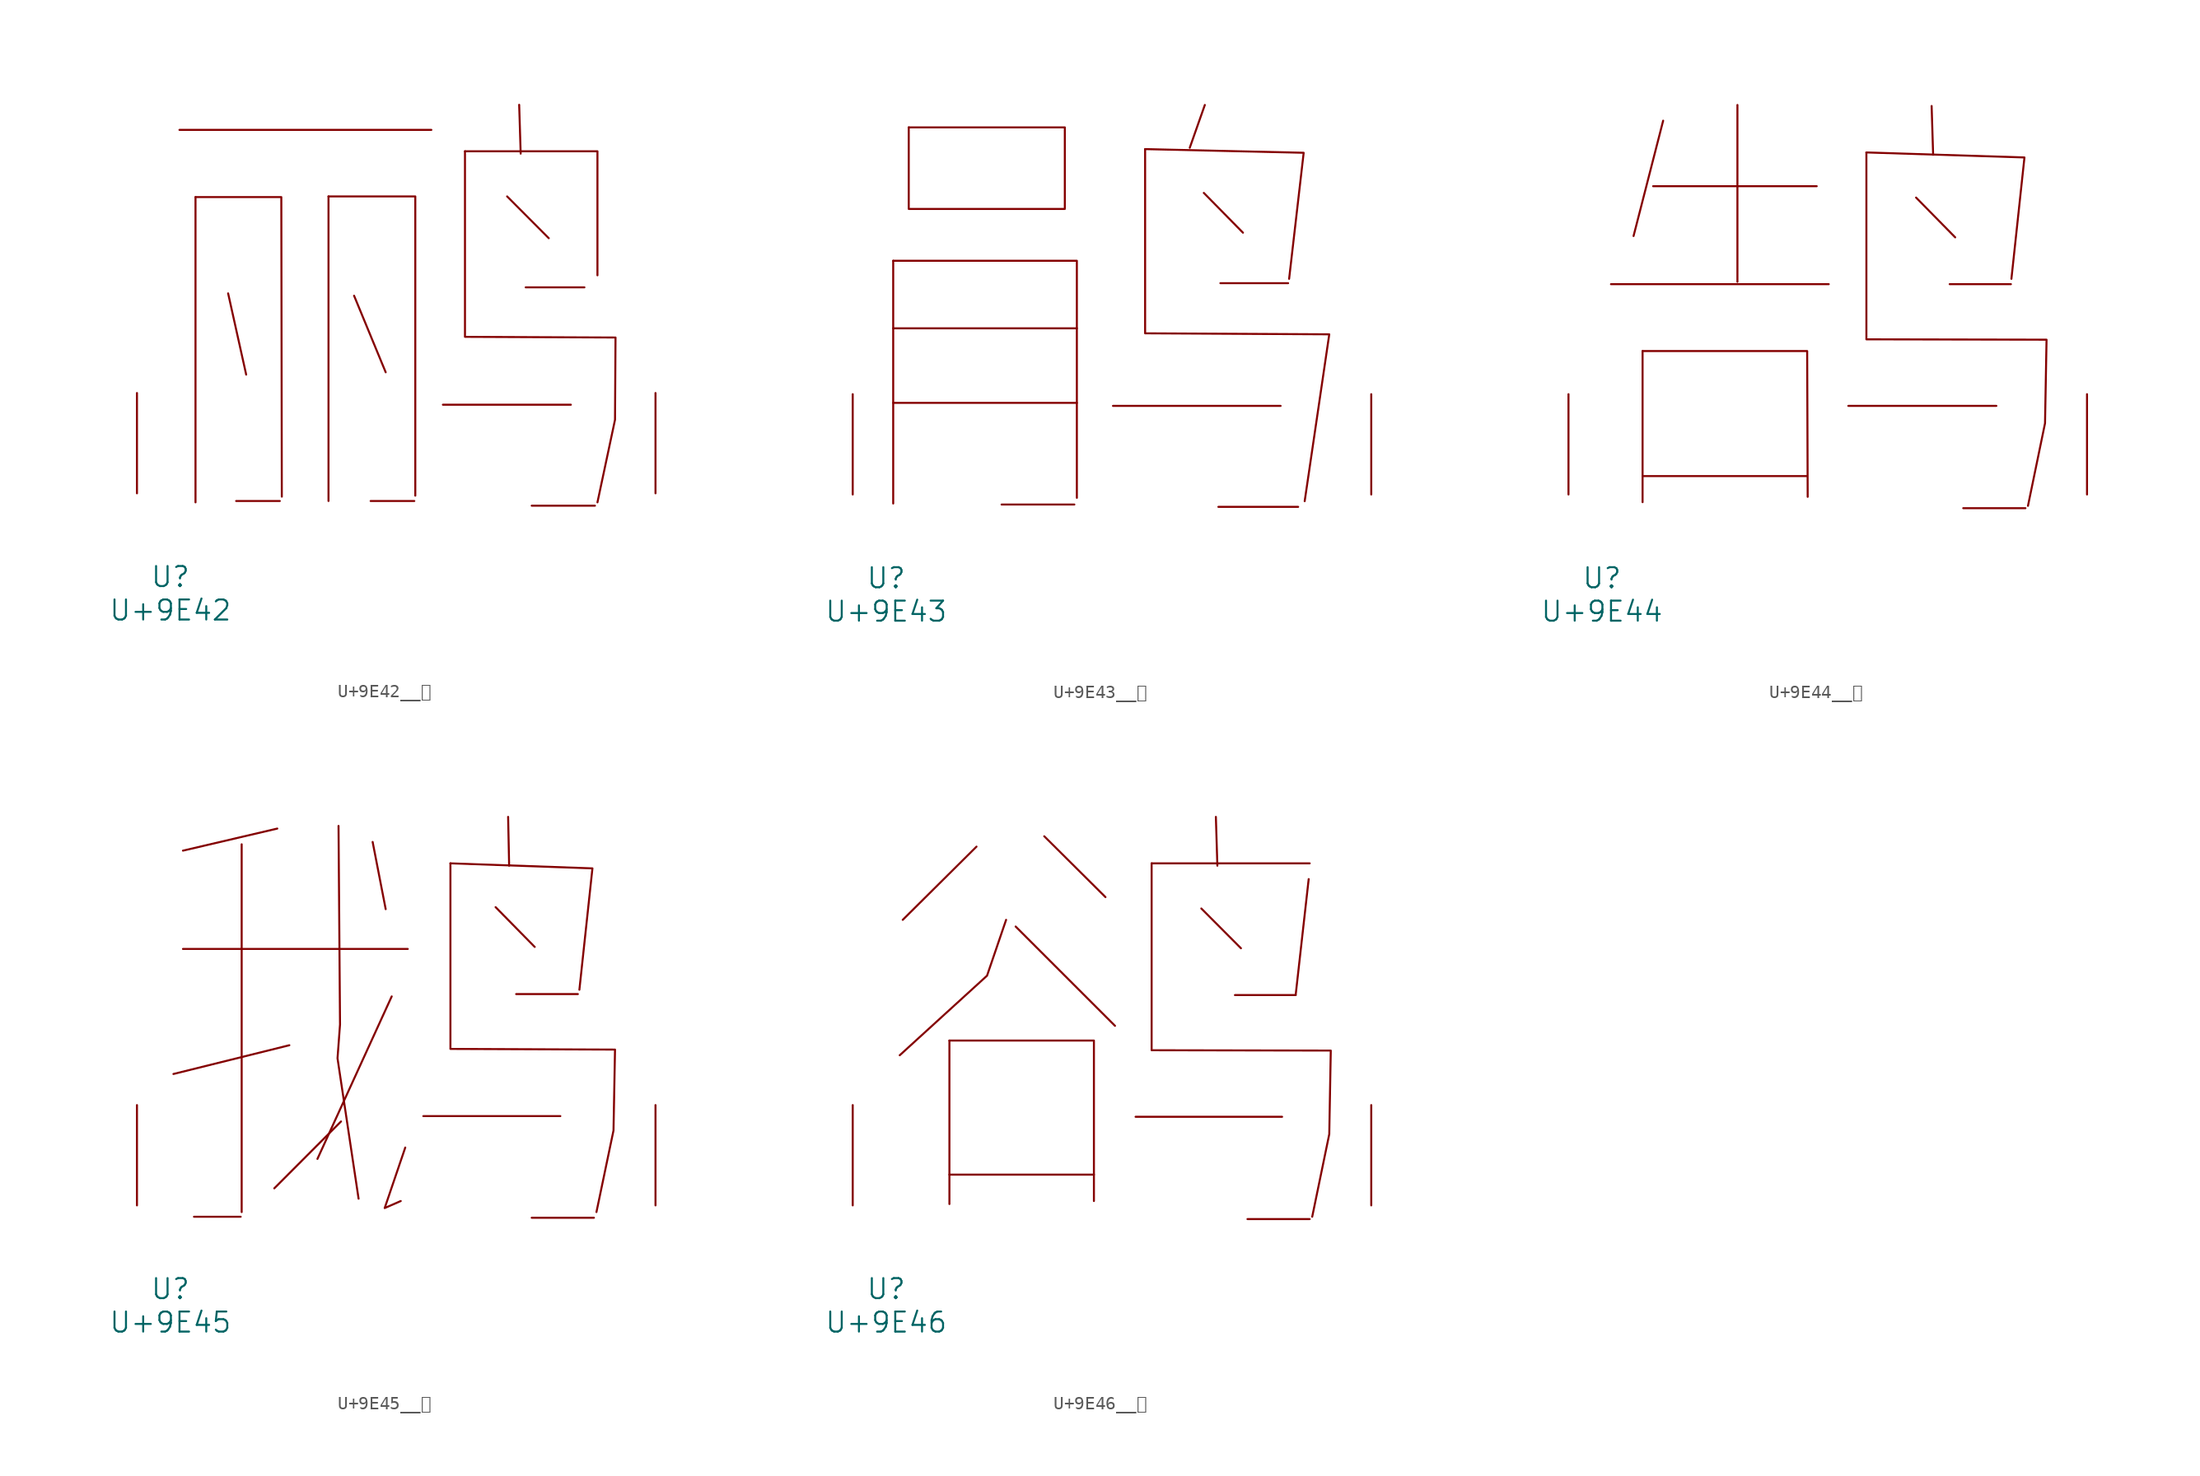
<source format=kicad_sym>
(kicad_symbol_lib
  (version 20231120)
  (generator "kicad_symbol_editor")
  (generator_version "8.0")
  (symbol "U+9E42__鹂"
    (pin_names
      (offset 1.016))
    (property "Reference" "U"
      (at 0 -6.35 0)
      (effects (font (size 1.524 1.524))))
    (property "Value" "U+9E42"
      (at 0 -8.89 0)
      (effects (font (size 1.524 1.524))))
    (symbol "U+9E42__鹂_0_1"
      (polyline (pts (xy 0.686 27.61) (xy 19.812 27.61)) (stroke (width 0) (type solid)) (fill (type none)))
      (polyline (pts (xy 1.905 22.504) (xy 1.905 -0.686)) (stroke (width 0) (type solid)) (fill (type none)))
      (polyline (pts (xy 4.381 15.189) (xy 5.753 9.017)) (stroke (width 0) (type solid)) (fill (type none)))
      (polyline (pts (xy 4.991 -0.584) (xy 8.306 -0.584)) (stroke (width 0) (type solid)) (fill (type none)))
      (polyline (pts (xy 12.002 22.555) (xy 12.002 -0.584)) (stroke (width 0) (type solid)) (fill (type none)))
      (polyline (pts (xy 13.945 15.011) (xy 16.345 9.195)) (stroke (width 0) (type solid)) (fill (type none)))
      (polyline (pts (xy 15.202 -0.584) (xy 18.517 -0.584)) (stroke (width 0) (type solid)) (fill (type none)))
      (polyline (pts (xy 20.688 6.731) (xy 30.404 6.731)) (stroke (width 0) (type solid)) (fill (type none)))
      (polyline (pts (xy 25.565 22.555) (xy 28.727 19.38)) (stroke (width 0) (type solid)) (fill (type none)))
      (polyline (pts (xy 26.48 29.515) (xy 26.594 25.806)) (stroke (width 0) (type solid)) (fill (type none)))
      (polyline (pts (xy 26.975 15.646) (xy 31.433 15.646)) (stroke (width 0) (type solid)) (fill (type none)))
      (polyline (pts (xy 27.432 -0.94) (xy 32.233 -0.94)) (stroke (width 0) (type solid)) (fill (type none)))
      (polyline (pts (xy 1.905 22.504) (xy 8.42 22.504) (xy 8.458 -0.254)) (stroke (width 0) (type solid)) (fill (type none)))
      (polyline (pts (xy 12.002 22.555) (xy 18.593 22.555) (xy 18.593 -0.178)) (stroke (width 0) (type solid)) (fill (type none)))
      (polyline (pts (xy 22.365 25.984) (xy 32.423 25.984) (xy 32.423 16.561)) (stroke (width 0) (type solid)) (fill (type none)))
      (polyline (pts (xy 22.365 25.984) (xy 22.365 11.887) (xy 33.795 11.836) (xy 33.757 5.588) (xy 32.423 -0.686)) (stroke (width 0) (type solid)) (fill (type none)))
      (pin input line (at -2.54 0 90) (length 7.62) (name "~" (effects (font (size 1.27 1.27)))) (number "~" (effects (font (size 1.27 1.27)))))
      (pin input line (at 36.83 0 90) (length 7.62) (name "~" (effects (font (size 1.27 1.27)))) (number "~" (effects (font (size 1.27 1.27)))))))
  (symbol "U+9E43__鹃"
    (pin_names
      (offset 1.016))
    (property "Reference" "U"
      (at 0 -6.35 0)
      (effects (font (size 1.524 1.524))))
    (property "Value" "U+9E43"
      (at 0 -8.89 0)
      (effects (font (size 1.524 1.524))))
    (symbol "U+9E43__鹃_0_1"
      (polyline (pts (xy 0.533 6.96) (xy 14.478 6.96)) (stroke (width 0) (type solid)) (fill (type none)))
      (polyline (pts (xy 0.533 12.624) (xy 14.478 12.624)) (stroke (width 0) (type solid)) (fill (type none)))
      (polyline (pts (xy 0.533 17.755) (xy 0.533 -0.686)) (stroke (width 0) (type solid)) (fill (type none)))
      (polyline (pts (xy 1.714 21.692) (xy 13.564 21.692)) (stroke (width 0) (type solid)) (fill (type none)))
      (polyline (pts (xy 1.714 27.889) (xy 1.714 21.768)) (stroke (width 0) (type solid)) (fill (type none)))
      (polyline (pts (xy 8.763 -0.762) (xy 14.287 -0.762)) (stroke (width 0) (type solid)) (fill (type none)))
      (polyline (pts (xy 17.221 6.731) (xy 29.947 6.731)) (stroke (width 0) (type solid)) (fill (type none)))
      (polyline (pts (xy 24.117 22.911) (xy 27.089 19.888)) (stroke (width 0) (type solid)) (fill (type none)))
      (polyline (pts (xy 24.194 29.591) (xy 23.05 26.34)) (stroke (width 0) (type solid)) (fill (type none)))
      (polyline (pts (xy 25.222 -0.94) (xy 31.28 -0.94)) (stroke (width 0) (type solid)) (fill (type none)))
      (polyline (pts (xy 25.375 16.053) (xy 30.518 16.053)) (stroke (width 0) (type solid)) (fill (type none)))
      (polyline (pts (xy 0.533 17.755) (xy 14.478 17.755) (xy 14.478 -0.254)) (stroke (width 0) (type solid)) (fill (type none)))
      (polyline (pts (xy 1.714 27.889) (xy 13.564 27.889) (xy 13.564 21.768)) (stroke (width 0) (type solid)) (fill (type none)))
      (polyline (pts (xy 19.66 26.238) (xy 31.699 25.959) (xy 30.594 16.383)) (stroke (width 0) (type solid)) (fill (type none)))
      (polyline (pts (xy 19.66 26.238) (xy 19.66 12.243) (xy 33.642 12.167) (xy 31.775 -0.508)) (stroke (width 0) (type solid)) (fill (type none)))
      (pin input line (at -2.54 0 90) (length 7.62) (name "~" (effects (font (size 1.27 1.27)))) (number "~" (effects (font (size 1.27 1.27)))))
      (pin input line (at 36.83 0 90) (length 7.62) (name "~" (effects (font (size 1.27 1.27)))) (number "~" (effects (font (size 1.27 1.27)))))))
  (symbol "U+9E44__鹄"
    (pin_names
      (offset 1.016))
    (property "Reference" "U"
      (at 0 -6.35 0)
      (effects (font (size 1.524 1.524))))
    (property "Value" "U+9E44"
      (at 0 -8.89 0)
      (effects (font (size 1.524 1.524))))
    (symbol "U+9E44__鹄_0_1"
      (polyline (pts (xy 0.686 15.977) (xy 17.221 15.977)) (stroke (width 0) (type solid)) (fill (type none)))
      (polyline (pts (xy 3.086 1.397) (xy 15.545 1.397)) (stroke (width 0) (type solid)) (fill (type none)))
      (polyline (pts (xy 3.086 10.897) (xy 3.086 -0.584)) (stroke (width 0) (type solid)) (fill (type none)))
      (polyline (pts (xy 3.886 23.419) (xy 16.307 23.419)) (stroke (width 0) (type solid)) (fill (type none)))
      (polyline (pts (xy 4.648 28.397) (xy 2.4 19.634)) (stroke (width 0) (type solid)) (fill (type none)))
      (polyline (pts (xy 10.287 29.591) (xy 10.287 16.154)) (stroke (width 0) (type solid)) (fill (type none)))
      (polyline (pts (xy 18.707 6.731) (xy 29.947 6.731)) (stroke (width 0) (type solid)) (fill (type none)))
      (polyline (pts (xy 23.851 22.555) (xy 26.822 19.533)) (stroke (width 0) (type solid)) (fill (type none)))
      (polyline (pts (xy 25.032 29.515) (xy 25.146 25.806)) (stroke (width 0) (type solid)) (fill (type none)))
      (polyline (pts (xy 26.403 15.977) (xy 31.052 15.977)) (stroke (width 0) (type solid)) (fill (type none)))
      (polyline (pts (xy 27.432 -1.041) (xy 32.156 -1.041)) (stroke (width 0) (type solid)) (fill (type none)))
      (polyline (pts (xy 3.086 10.897) (xy 15.583 10.897) (xy 15.621 -0.178)) (stroke (width 0) (type solid)) (fill (type none)))
      (polyline (pts (xy 20.079 25.984) (xy 32.08 25.603) (xy 31.09 16.383)) (stroke (width 0) (type solid)) (fill (type none)))
      (polyline (pts (xy 20.079 25.984) (xy 20.079 11.786) (xy 33.757 11.76) (xy 33.642 5.41) (xy 32.347 -0.864)) (stroke (width 0) (type solid)) (fill (type none)))
      (pin input line (at -2.54 0 90) (length 7.62) (name "~" (effects (font (size 1.27 1.27)))) (number "~" (effects (font (size 1.27 1.27)))))
      (pin input line (at 36.83 0 90) (length 7.62) (name "~" (effects (font (size 1.27 1.27)))) (number "~" (effects (font (size 1.27 1.27)))))))
  (symbol "U+9E45__鹅"
    (pin_names
      (offset 1.016))
    (property "Reference" "U"
      (at 0 -6.35 0)
      (effects (font (size 1.524 1.524))))
    (property "Value" "U+9E45"
      (at 0 -8.89 0)
      (effects (font (size 1.524 1.524))))
    (symbol "U+9E45__鹅_0_1"
      (polyline (pts (xy 0.953 19.482) (xy 18.021 19.482)) (stroke (width 0) (type solid)) (fill (type none)))
      (polyline (pts (xy 1.791 -0.864) (xy 5.334 -0.864)) (stroke (width 0) (type solid)) (fill (type none)))
      (polyline (pts (xy 5.41 27.432) (xy 5.41 -0.508)) (stroke (width 0) (type solid)) (fill (type none)))
      (polyline (pts (xy 8.115 28.626) (xy 0.953 26.949)) (stroke (width 0) (type solid)) (fill (type none)))
      (polyline (pts (xy 9.03 12.167) (xy 0.229 9.982)) (stroke (width 0) (type solid)) (fill (type none)))
      (polyline (pts (xy 12.954 6.375) (xy 7.887 1.295)) (stroke (width 0) (type solid)) (fill (type none)))
      (polyline (pts (xy 15.354 27.61) (xy 16.345 22.504)) (stroke (width 0) (type solid)) (fill (type none)))
      (polyline (pts (xy 16.802 15.875) (xy 11.163 3.531)) (stroke (width 0) (type solid)) (fill (type none)))
      (polyline (pts (xy 19.202 6.782) (xy 29.604 6.782)) (stroke (width 0) (type solid)) (fill (type none)))
      (polyline (pts (xy 24.689 22.657) (xy 27.661 19.634)) (stroke (width 0) (type solid)) (fill (type none)))
      (polyline (pts (xy 25.641 29.515) (xy 25.718 25.806)) (stroke (width 0) (type solid)) (fill (type none)))
      (polyline (pts (xy 26.251 16.053) (xy 30.937 16.053)) (stroke (width 0) (type solid)) (fill (type none)))
      (polyline (pts (xy 27.432 -0.94) (xy 32.156 -0.94)) (stroke (width 0) (type solid)) (fill (type none)))
      (polyline (pts (xy 17.831 4.394) (xy 16.269 -0.203) (xy 17.488 0.33)) (stroke (width 0) (type solid)) (fill (type none)))
      (polyline (pts (xy 21.26 25.984) (xy 32.042 25.603) (xy 31.052 16.383)) (stroke (width 0) (type solid)) (fill (type none)))
      (polyline (pts (xy 12.764 28.829) (xy 12.878 13.741) (xy 12.687 11.176) (xy 14.287 0.508)) (stroke (width 0) (type solid)) (fill (type none)))
      (polyline (pts (xy 21.26 25.984) (xy 21.26 11.887) (xy 33.757 11.836) (xy 33.642 5.69) (xy 32.347 -0.508)) (stroke (width 0) (type solid)) (fill (type none)))
      (pin input line (at -2.54 0 90) (length 7.62) (name "~" (effects (font (size 1.27 1.27)))) (number "~" (effects (font (size 1.27 1.27)))))
      (pin input line (at 36.83 0 90) (length 7.62) (name "~" (effects (font (size 1.27 1.27)))) (number "~" (effects (font (size 1.27 1.27)))))))
  (symbol "U+9E46__鹆"
    (pin_names
      (offset 1.016))
    (property "Reference" "U"
      (at 0 -6.35 0)
      (effects (font (size 1.524 1.524))))
    (property "Value" "U+9E46"
      (at 0 -8.89 0)
      (effects (font (size 1.524 1.524))))
    (symbol "U+9E46__鹆_0_1"
      (polyline (pts (xy 4.801 2.337) (xy 15.773 2.337)) (stroke (width 0) (type solid)) (fill (type none)))
      (polyline (pts (xy 4.801 12.522) (xy 4.801 0.102)) (stroke (width 0) (type solid)) (fill (type none)))
      (polyline (pts (xy 6.858 27.254) (xy 1.257 21.692)) (stroke (width 0) (type solid)) (fill (type none)))
      (polyline (pts (xy 9.83 21.184) (xy 17.374 13.64)) (stroke (width 0) (type solid)) (fill (type none)))
      (polyline (pts (xy 12.002 28.042) (xy 16.65 23.419)) (stroke (width 0) (type solid)) (fill (type none)))
      (polyline (pts (xy 18.936 6.731) (xy 30.061 6.731)) (stroke (width 0) (type solid)) (fill (type none)))
      (polyline (pts (xy 20.155 25.984) (xy 32.156 25.984)) (stroke (width 0) (type solid)) (fill (type none)))
      (polyline (pts (xy 23.927 22.555) (xy 26.937 19.533)) (stroke (width 0) (type solid)) (fill (type none)))
      (polyline (pts (xy 25.032 29.515) (xy 25.146 25.806)) (stroke (width 0) (type solid)) (fill (type none)))
      (polyline (pts (xy 26.48 15.977) (xy 31.09 15.977)) (stroke (width 0) (type solid)) (fill (type none)))
      (polyline (pts (xy 27.432 -1.041) (xy 32.156 -1.041)) (stroke (width 0) (type solid)) (fill (type none)))
      (polyline (pts (xy 32.08 24.79) (xy 31.09 15.977)) (stroke (width 0) (type solid)) (fill (type none)))
      (polyline (pts (xy 4.801 12.522) (xy 15.773 12.522) (xy 15.773 0.33)) (stroke (width 0) (type solid)) (fill (type none)))
      (polyline (pts (xy 9.106 21.692) (xy 7.658 17.45) (xy 1.029 11.405)) (stroke (width 0) (type solid)) (fill (type none)))
      (polyline (pts (xy 20.155 25.984) (xy 20.155 11.786) (xy 33.757 11.76) (xy 33.642 5.41) (xy 32.347 -0.864)) (stroke (width 0) (type solid)) (fill (type none)))
      (pin input line (at -2.54 0 90) (length 7.62) (name "~" (effects (font (size 1.27 1.27)))) (number "~" (effects (font (size 1.27 1.27)))))
      (pin input line (at 36.83 0 90) (length 7.62) (name "~" (effects (font (size 1.27 1.27)))) (number "~" (effects (font (size 1.27 1.27))))))))
</source>
